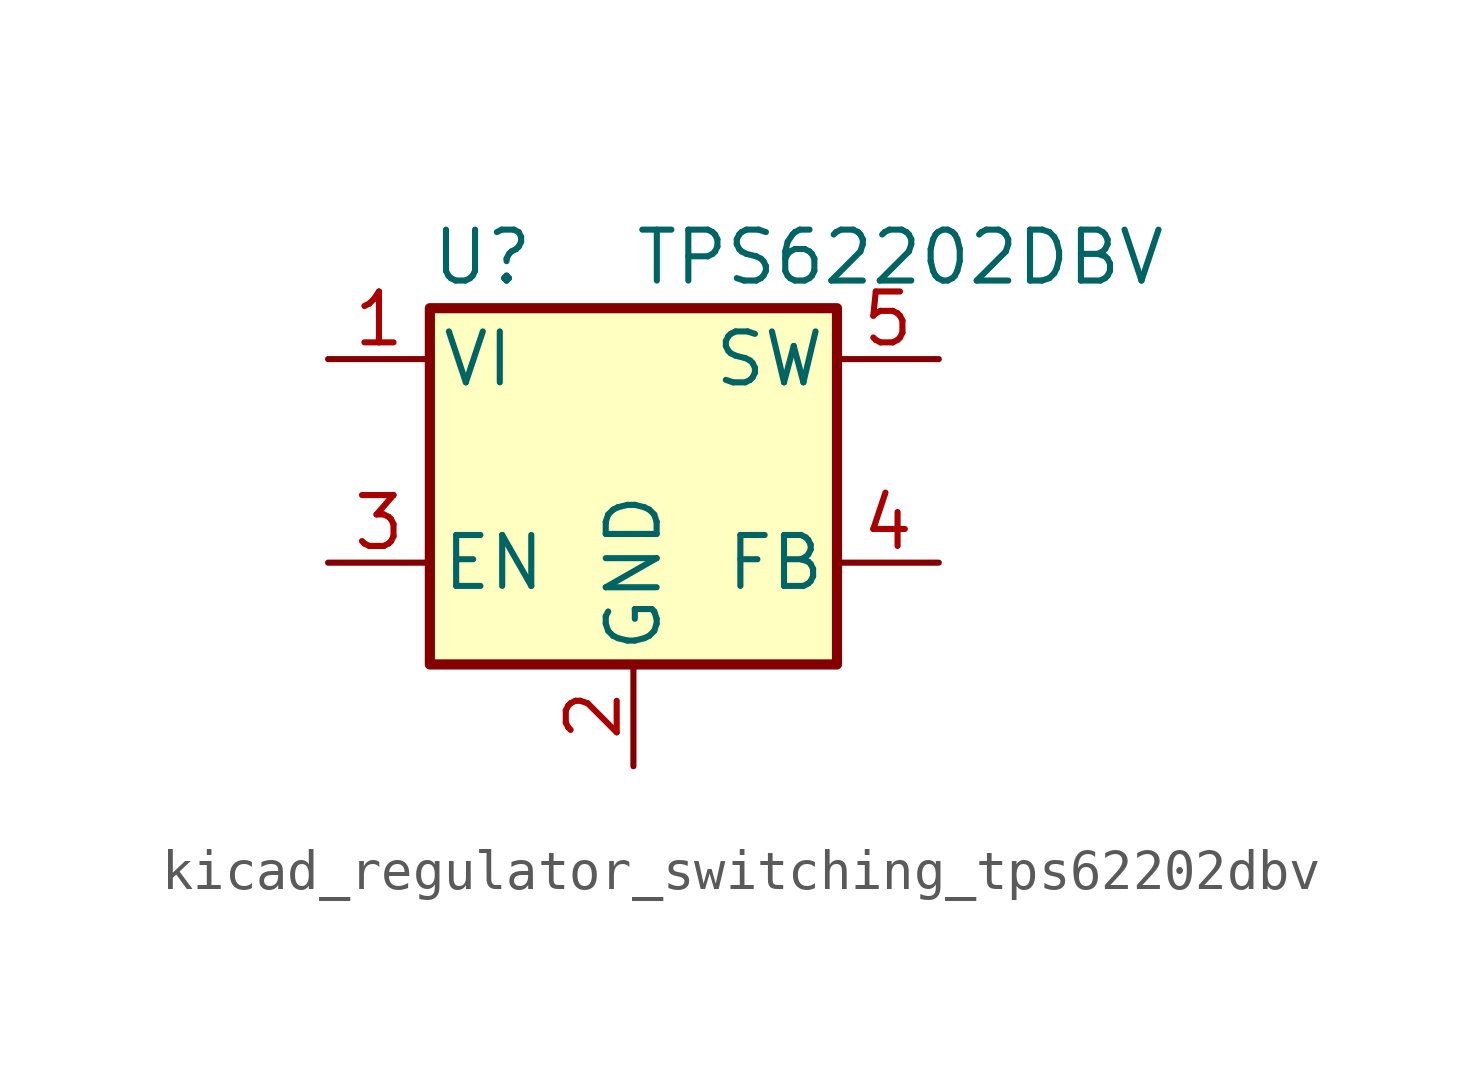
<source format=kicad_sym>
(kicad_symbol_lib
  (version 20220914)
  (generator kicad_symbol_editor)
  (symbol "kicad_regulator_switching_tps62202dbv"
    (pin_names
      (offset 0.254))
    (property "Reference" "U"
      (at -5.08 7.62 0)
      (effects (font (size 1.27 1.27)) (justify left)))
    (property "Value" "TPS62202DBV"
      (at 0 7.62 0)
      (effects (font (size 1.27 1.27)) (justify left)))
    (symbol "kicad_regulator_switching_tps62202dbv_0_1"
      (rectangle (start -5.08 6.35) (end 5.08 -2.54) (stroke (width 0.254) (type default)) (fill (type background))))
    (symbol "kicad_regulator_switching_tps62202dbv_1_1"
      (pin power_in line (at -7.62 5.08 0) (length 2.54) (name "VI" (effects (font (size 1.27 1.27)))) (number "1" (effects (font (size 1.27 1.27)))))
      (pin power_in line (at 0 -5.08 90) (length 2.54) (name "GND" (effects (font (size 1.27 1.27)))) (number "2" (effects (font (size 1.27 1.27)))))
      (pin input line (at -7.62 0 0) (length 2.54) (name "EN" (effects (font (size 1.27 1.27)))) (number "3" (effects (font (size 1.27 1.27)))))
      (pin input line (at 7.62 0 180) (length 2.54) (name "FB" (effects (font (size 1.27 1.27)))) (number "4" (effects (font (size 1.27 1.27)))))
      (pin output line (at 7.62 5.08 180) (length 2.54) (name "SW" (effects (font (size 1.27 1.27)))) (number "5" (effects (font (size 1.27 1.27))))))))
</source>
